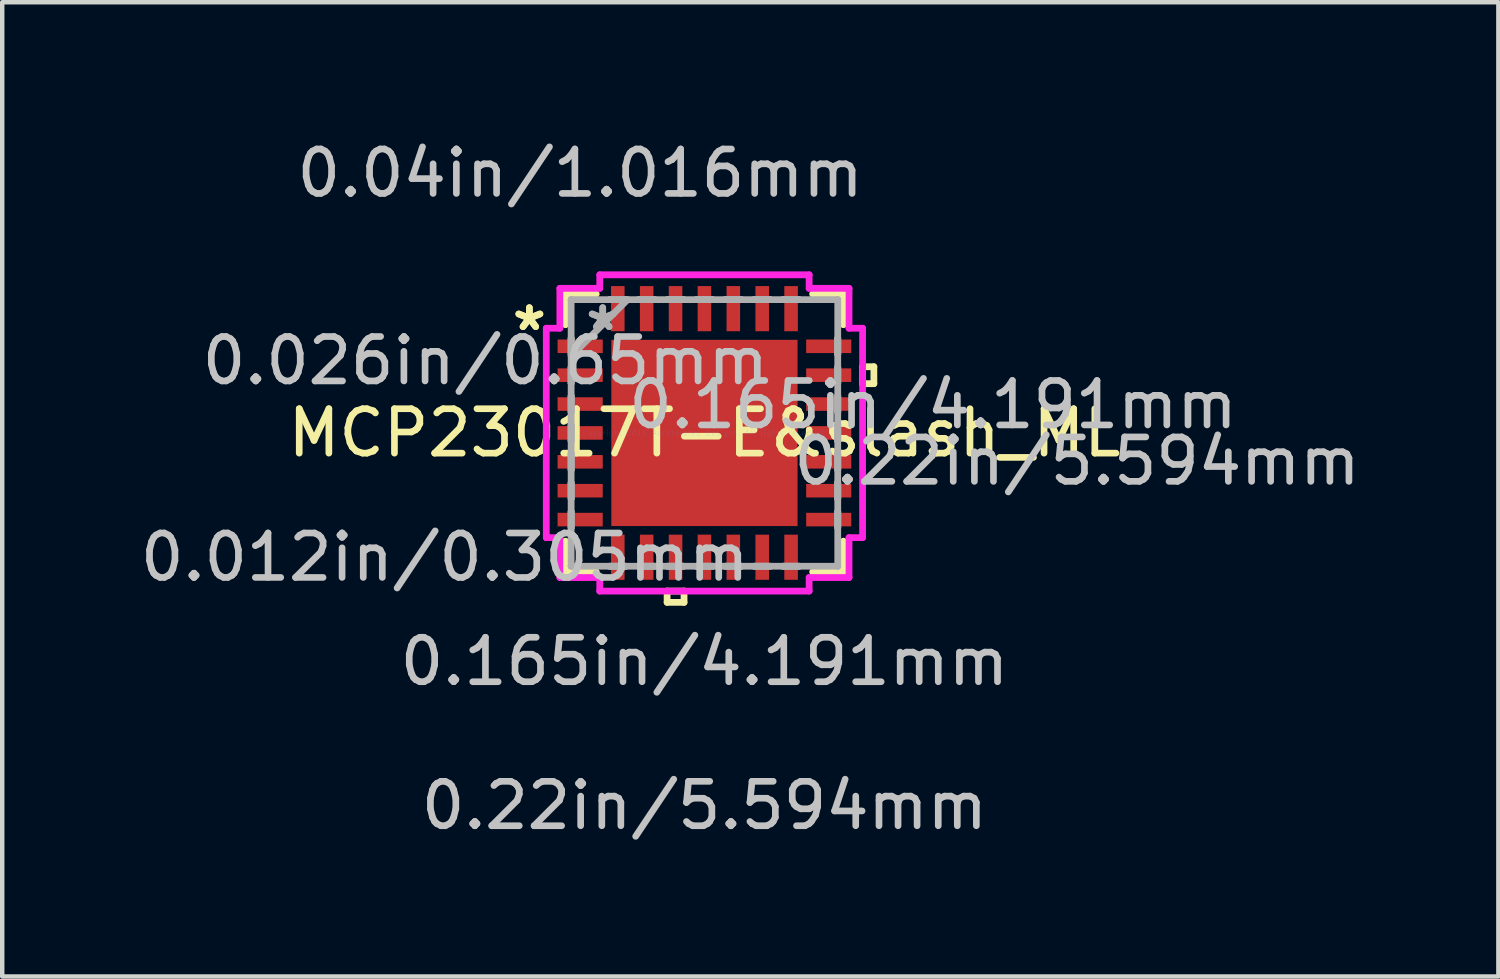
<source format=kicad_pcb>
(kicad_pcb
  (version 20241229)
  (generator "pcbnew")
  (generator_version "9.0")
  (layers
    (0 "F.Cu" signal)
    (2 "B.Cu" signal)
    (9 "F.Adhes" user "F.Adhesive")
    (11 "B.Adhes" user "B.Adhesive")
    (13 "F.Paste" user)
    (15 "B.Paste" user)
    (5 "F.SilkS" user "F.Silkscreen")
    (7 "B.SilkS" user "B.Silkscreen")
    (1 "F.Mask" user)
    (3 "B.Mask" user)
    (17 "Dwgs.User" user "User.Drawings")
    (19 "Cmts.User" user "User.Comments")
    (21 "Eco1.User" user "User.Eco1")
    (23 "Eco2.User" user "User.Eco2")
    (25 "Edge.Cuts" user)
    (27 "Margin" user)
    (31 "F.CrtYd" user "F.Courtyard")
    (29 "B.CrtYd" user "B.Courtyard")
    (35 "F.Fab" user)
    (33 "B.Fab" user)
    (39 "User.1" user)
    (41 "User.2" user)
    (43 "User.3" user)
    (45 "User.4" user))
  (footprint "MCP23017T-E&slash_ML"
    (layer "F.Cu")
    (at 12.803 6.693)
    (property "Reference" "MCP23017T-E&slash_ML" (at 0 0 0) (layer "F.SilkS") (effects (font (size 1 1) (thickness 0.15))))
    (attr through_hole)
    (fp_line (start -3.127 -3.127) (end -3.127 -2.435) (stroke (width 0.152) (type solid)) (layer "F.SilkS"))
    (fp_line (start -3.127 2.435) (end -3.127 3.127) (stroke (width 0.152) (type solid)) (layer "F.SilkS"))
    (fp_line (start -3.127 3.127) (end -2.435 3.127) (stroke (width 0.152) (type solid)) (layer "F.SilkS"))
    (fp_line (start -2.435 -3.127) (end -3.127 -3.127) (stroke (width 0.152) (type solid)) (layer "F.SilkS"))
    (fp_line (start -0.84 3.559) (end -0.84 3.813) (stroke (width 0.152) (type solid)) (layer "F.SilkS"))
    (fp_line (start -0.84 3.813) (end -0.459 3.813) (stroke (width 0.152) (type solid)) (layer "F.SilkS"))
    (fp_line (start -0.459 3.559) (end -0.84 3.559) (stroke (width 0.152) (type solid)) (layer "F.SilkS"))
    (fp_line (start -0.459 3.813) (end -0.459 3.559) (stroke (width 0.152) (type solid)) (layer "F.SilkS"))
    (fp_line (start 2.435 3.127) (end 3.127 3.127) (stroke (width 0.152) (type solid)) (layer "F.SilkS"))
    (fp_line (start 3.127 -3.127) (end 2.435 -3.127) (stroke (width 0.152) (type solid)) (layer "F.SilkS"))
    (fp_line (start 3.127 -2.435) (end 3.127 -3.127) (stroke (width 0.152) (type solid)) (layer "F.SilkS"))
    (fp_line (start 3.127 3.127) (end 3.127 2.435) (stroke (width 0.152) (type solid)) (layer "F.SilkS"))
    (fp_line (start 3.559 -1.49) (end 3.813 -1.49) (stroke (width 0.152) (type solid)) (layer "F.SilkS"))
    (fp_line (start 3.559 -1.109) (end 3.559 -1.49) (stroke (width 0.152) (type solid)) (layer "F.SilkS"))
    (fp_line (start 3.813 -1.49) (end 3.813 -1.109) (stroke (width 0.152) (type solid)) (layer "F.SilkS"))
    (fp_line (start 3.813 -1.109) (end 3.559 -1.109) (stroke (width 0.152) (type solid)) (layer "F.SilkS"))
    (fp_line (start -1.996 -1.996) (end -1.996 -0.798) (stroke (width 0.152) (type solid)) (layer "F.Paste"))
    (fp_line (start -1.996 -0.798) (end -0.798 -0.798) (stroke (width 0.152) (type solid)) (layer "F.Paste"))
    (fp_line (start -1.996 -0.599) (end -1.996 0.599) (stroke (width 0.152) (type solid)) (layer "F.Paste"))
    (fp_line (start -1.996 0.599) (end -0.798 0.599) (stroke (width 0.152) (type solid)) (layer "F.Paste"))
    (fp_line (start -1.996 0.798) (end -1.996 1.996) (stroke (width 0.152) (type solid)) (layer "F.Paste"))
    (fp_line (start -1.996 1.996) (end -0.798 1.996) (stroke (width 0.152) (type solid)) (layer "F.Paste"))
    (fp_line (start -0.798 -1.996) (end -1.996 -1.996) (stroke (width 0.152) (type solid)) (layer "F.Paste"))
    (fp_line (start -0.798 -0.798) (end -0.798 -1.996) (stroke (width 0.152) (type solid)) (layer "F.Paste"))
    (fp_line (start -0.798 -0.599) (end -1.996 -0.599) (stroke (width 0.152) (type solid)) (layer "F.Paste"))
    (fp_line (start -0.798 0.599) (end -0.798 -0.599) (stroke (width 0.152) (type solid)) (layer "F.Paste"))
    (fp_line (start -0.798 0.798) (end -1.996 0.798) (stroke (width 0.152) (type solid)) (layer "F.Paste"))
    (fp_line (start -0.798 1.996) (end -0.798 0.798) (stroke (width 0.152) (type solid)) (layer "F.Paste"))
    (fp_line (start -0.599 -1.996) (end -0.599 -0.798) (stroke (width 0.152) (type solid)) (layer "F.Paste"))
    (fp_line (start -0.599 -0.798) (end 0.599 -0.798) (stroke (width 0.152) (type solid)) (layer "F.Paste"))
    (fp_line (start -0.599 -0.599) (end -0.599 0.599) (stroke (width 0.152) (type solid)) (layer "F.Paste"))
    (fp_line (start -0.599 0.599) (end 0.599 0.599) (stroke (width 0.152) (type solid)) (layer "F.Paste"))
    (fp_line (start -0.599 0.798) (end -0.599 1.996) (stroke (width 0.152) (type solid)) (layer "F.Paste"))
    (fp_line (start -0.599 1.996) (end 0.599 1.996) (stroke (width 0.152) (type solid)) (layer "F.Paste"))
    (fp_line (start 0.599 -1.996) (end -0.599 -1.996) (stroke (width 0.152) (type solid)) (layer "F.Paste"))
    (fp_line (start 0.599 -0.798) (end 0.599 -1.996) (stroke (width 0.152) (type solid)) (layer "F.Paste"))
    (fp_line (start 0.599 -0.599) (end -0.599 -0.599) (stroke (width 0.152) (type solid)) (layer "F.Paste"))
    (fp_line (start 0.599 0.599) (end 0.599 -0.599) (stroke (width 0.152) (type solid)) (layer "F.Paste"))
    (fp_line (start 0.599 0.798) (end -0.599 0.798) (stroke (width 0.152) (type solid)) (layer "F.Paste"))
    (fp_line (start 0.599 1.996) (end 0.599 0.798) (stroke (width 0.152) (type solid)) (layer "F.Paste"))
    (fp_line (start 0.798 -1.996) (end 0.798 -0.798) (stroke (width 0.152) (type solid)) (layer "F.Paste"))
    (fp_line (start 0.798 -0.798) (end 1.996 -0.798) (stroke (width 0.152) (type solid)) (layer "F.Paste"))
    (fp_line (start 0.798 -0.599) (end 0.798 0.599) (stroke (width 0.152) (type solid)) (layer "F.Paste"))
    (fp_line (start 0.798 0.599) (end 1.996 0.599) (stroke (width 0.152) (type solid)) (layer "F.Paste"))
    (fp_line (start 0.798 0.798) (end 0.798 1.996) (stroke (width 0.152) (type solid)) (layer "F.Paste"))
    (fp_line (start 0.798 1.996) (end 1.996 1.996) (stroke (width 0.152) (type solid)) (layer "F.Paste"))
    (fp_line (start 1.996 -1.996) (end 0.798 -1.996) (stroke (width 0.152) (type solid)) (layer "F.Paste"))
    (fp_line (start 1.996 -0.798) (end 1.996 -1.996) (stroke (width 0.152) (type solid)) (layer "F.Paste"))
    (fp_line (start 1.996 -0.599) (end 0.798 -0.599) (stroke (width 0.152) (type solid)) (layer "F.Paste"))
    (fp_line (start 1.996 0.599) (end 1.996 -0.599) (stroke (width 0.152) (type solid)) (layer "F.Paste"))
    (fp_line (start 1.996 0.798) (end 0.798 0.798) (stroke (width 0.152) (type solid)) (layer "F.Paste"))
    (fp_line (start 1.996 1.996) (end 1.996 0.798) (stroke (width 0.152) (type solid)) (layer "F.Paste"))
    (fp_line (start -3.559 -2.356) (end -3.254 -2.356) (stroke (width 0.152) (type solid)) (layer "F.CrtYd"))
    (fp_line (start -3.559 2.356) (end -3.559 -2.356) (stroke (width 0.152) (type solid)) (layer "F.CrtYd"))
    (fp_line (start -3.254 -3.254) (end -2.356 -3.254) (stroke (width 0.152) (type solid)) (layer "F.CrtYd"))
    (fp_line (start -3.254 -2.356) (end -3.254 -3.254) (stroke (width 0.152) (type solid)) (layer "F.CrtYd"))
    (fp_line (start -3.254 2.356) (end -3.559 2.356) (stroke (width 0.152) (type solid)) (layer "F.CrtYd"))
    (fp_line (start -3.254 3.254) (end -3.254 2.356) (stroke (width 0.152) (type solid)) (layer "F.CrtYd"))
    (fp_line (start -2.356 -3.559) (end 2.356 -3.559) (stroke (width 0.152) (type solid)) (layer "F.CrtYd"))
    (fp_line (start -2.356 -3.254) (end -2.356 -3.559) (stroke (width 0.152) (type solid)) (layer "F.CrtYd"))
    (fp_line (start -2.356 3.254) (end -3.254 3.254) (stroke (width 0.152) (type solid)) (layer "F.CrtYd"))
    (fp_line (start -2.356 3.559) (end -2.356 3.254) (stroke (width 0.152) (type solid)) (layer "F.CrtYd"))
    (fp_line (start 2.356 -3.559) (end 2.356 -3.254) (stroke (width 0.152) (type solid)) (layer "F.CrtYd"))
    (fp_line (start 2.356 -3.254) (end 3.254 -3.254) (stroke (width 0.152) (type solid)) (layer "F.CrtYd"))
    (fp_line (start 2.356 3.254) (end 2.356 3.559) (stroke (width 0.152) (type solid)) (layer "F.CrtYd"))
    (fp_line (start 2.356 3.559) (end -2.356 3.559) (stroke (width 0.152) (type solid)) (layer "F.CrtYd"))
    (fp_line (start 3.254 -3.254) (end 3.254 -2.356) (stroke (width 0.152) (type solid)) (layer "F.CrtYd"))
    (fp_line (start 3.254 -2.356) (end 3.559 -2.356) (stroke (width 0.152) (type solid)) (layer "F.CrtYd"))
    (fp_line (start 3.254 2.356) (end 3.254 3.254) (stroke (width 0.152) (type solid)) (layer "F.CrtYd"))
    (fp_line (start 3.254 3.254) (end 2.356 3.254) (stroke (width 0.152) (type solid)) (layer "F.CrtYd"))
    (fp_line (start 3.559 -2.356) (end 3.559 2.356) (stroke (width 0.152) (type solid)) (layer "F.CrtYd"))
    (fp_line (start 3.559 2.356) (end 3.254 2.356) (stroke (width 0.152) (type solid)) (layer "F.CrtYd"))
    (fp_line (start -3 -3) (end -3 -3) (stroke (width 0.152) (type solid)) (layer "F.Fab"))
    (fp_line (start -3 -3) (end -3 3) (stroke (width 0.152) (type solid)) (layer "F.Fab"))
    (fp_line (start -3 -2.128) (end -3 -2.128) (stroke (width 0.152) (type solid)) (layer "F.Fab"))
    (fp_line (start -3 -2.128) (end -3 -1.772) (stroke (width 0.152) (type solid)) (layer "F.Fab"))
    (fp_line (start -3 -1.772) (end -3 -2.128) (stroke (width 0.152) (type solid)) (layer "F.Fab"))
    (fp_line (start -3 -1.772) (end -3 -1.772) (stroke (width 0.152) (type solid)) (layer "F.Fab"))
    (fp_line (start -3 -1.73) (end -1.73 -3) (stroke (width 0.152) (type solid)) (layer "F.Fab"))
    (fp_line (start -3 -1.478) (end -3 -1.478) (stroke (width 0.152) (type solid)) (layer "F.Fab"))
    (fp_line (start -3 -1.478) (end -3 -1.122) (stroke (width 0.152) (type solid)) (layer "F.Fab"))
    (fp_line (start -3 -1.122) (end -3 -1.478) (stroke (width 0.152) (type solid)) (layer "F.Fab"))
    (fp_line (start -3 -1.122) (end -3 -1.122) (stroke (width 0.152) (type solid)) (layer "F.Fab"))
    (fp_line (start -3 -0.828) (end -3 -0.828) (stroke (width 0.152) (type solid)) (layer "F.Fab"))
    (fp_line (start -3 -0.828) (end -3 -0.472) (stroke (width 0.152) (type solid)) (layer "F.Fab"))
    (fp_line (start -3 -0.472) (end -3 -0.828) (stroke (width 0.152) (type solid)) (layer "F.Fab"))
    (fp_line (start -3 -0.472) (end -3 -0.472) (stroke (width 0.152) (type solid)) (layer "F.Fab"))
    (fp_line (start -3 -0.178) (end -3 -0.178) (stroke (width 0.152) (type solid)) (layer "F.Fab"))
    (fp_line (start -3 -0.178) (end -3 0.178) (stroke (width 0.152) (type solid)) (layer "F.Fab"))
    (fp_line (start -3 0.178) (end -3 -0.178) (stroke (width 0.152) (type solid)) (layer "F.Fab"))
    (fp_line (start -3 0.178) (end -3 0.178) (stroke (width 0.152) (type solid)) (layer "F.Fab"))
    (fp_line (start -3 0.472) (end -3 0.472) (stroke (width 0.152) (type solid)) (layer "F.Fab"))
    (fp_line (start -3 0.472) (end -3 0.828) (stroke (width 0.152) (type solid)) (layer "F.Fab"))
    (fp_line (start -3 0.828) (end -3 0.472) (stroke (width 0.152) (type solid)) (layer "F.Fab"))
    (fp_line (start -3 0.828) (end -3 0.828) (stroke (width 0.152) (type solid)) (layer "F.Fab"))
    (fp_line (start -3 1.122) (end -3 1.122) (stroke (width 0.152) (type solid)) (layer "F.Fab"))
    (fp_line (start -3 1.122) (end -3 1.478) (stroke (width 0.152) (type solid)) (layer "F.Fab"))
    (fp_line (start -3 1.478) (end -3 1.122) (stroke (width 0.152) (type solid)) (layer "F.Fab"))
    (fp_line (start -3 1.478) (end -3 1.478) (stroke (width 0.152) (type solid)) (layer "F.Fab"))
    (fp_line (start -3 1.772) (end -3 1.772) (stroke (width 0.152) (type solid)) (layer "F.Fab"))
    (fp_line (start -3 1.772) (end -3 2.128) (stroke (width 0.152) (type solid)) (layer "F.Fab"))
    (fp_line (start -3 2.128) (end -3 1.772) (stroke (width 0.152) (type solid)) (layer "F.Fab"))
    (fp_line (start -3 2.128) (end -3 2.128) (stroke (width 0.152) (type solid)) (layer "F.Fab"))
    (fp_line (start -3 3) (end -3 3) (stroke (width 0.152) (type solid)) (layer "F.Fab"))
    (fp_line (start -3 3) (end 3 3) (stroke (width 0.152) (type solid)) (layer "F.Fab"))
    (fp_line (start -2.128 -3) (end -2.128 -3) (stroke (width 0.152) (type solid)) (layer "F.Fab"))
    (fp_line (start -2.128 -3) (end -1.772 -3) (stroke (width 0.152) (type solid)) (layer "F.Fab"))
    (fp_line (start -2.128 3) (end -2.128 3) (stroke (width 0.152) (type solid)) (layer "F.Fab"))
    (fp_line (start -2.128 3) (end -1.772 3) (stroke (width 0.152) (type solid)) (layer "F.Fab"))
    (fp_line (start -1.772 -3) (end -2.128 -3) (stroke (width 0.152) (type solid)) (layer "F.Fab"))
    (fp_line (start -1.772 -3) (end -1.772 -3) (stroke (width 0.152) (type solid)) (layer "F.Fab"))
    (fp_line (start -1.772 3) (end -2.128 3) (stroke (width 0.152) (type solid)) (layer "F.Fab"))
    (fp_line (start -1.772 3) (end -1.772 3) (stroke (width 0.152) (type solid)) (layer "F.Fab"))
    (fp_line (start -1.478 -3) (end -1.478 -3) (stroke (width 0.152) (type solid)) (layer "F.Fab"))
    (fp_line (start -1.478 -3) (end -1.122 -3) (stroke (width 0.152) (type solid)) (layer "F.Fab"))
    (fp_line (start -1.478 3) (end -1.478 3) (stroke (width 0.152) (type solid)) (layer "F.Fab"))
    (fp_line (start -1.478 3) (end -1.122 3) (stroke (width 0.152) (type solid)) (layer "F.Fab"))
    (fp_line (start -1.122 -3) (end -1.478 -3) (stroke (width 0.152) (type solid)) (layer "F.Fab"))
    (fp_line (start -1.122 -3) (end -1.122 -3) (stroke (width 0.152) (type solid)) (layer "F.Fab"))
    (fp_line (start -1.122 3) (end -1.478 3) (stroke (width 0.152) (type solid)) (layer "F.Fab"))
    (fp_line (start -1.122 3) (end -1.122 3) (stroke (width 0.152) (type solid)) (layer "F.Fab"))
    (fp_line (start -0.828 -3) (end -0.828 -3) (stroke (width 0.152) (type solid)) (layer "F.Fab"))
    (fp_line (start -0.828 -3) (end -0.472 -3) (stroke (width 0.152) (type solid)) (layer "F.Fab"))
    (fp_line (start -0.828 3) (end -0.828 3) (stroke (width 0.152) (type solid)) (layer "F.Fab"))
    (fp_line (start -0.828 3) (end -0.472 3) (stroke (width 0.152) (type solid)) (layer "F.Fab"))
    (fp_line (start -0.472 -3) (end -0.828 -3) (stroke (width 0.152) (type solid)) (layer "F.Fab"))
    (fp_line (start -0.472 -3) (end -0.472 -3) (stroke (width 0.152) (type solid)) (layer "F.Fab"))
    (fp_line (start -0.472 3) (end -0.828 3) (stroke (width 0.152) (type solid)) (layer "F.Fab"))
    (fp_line (start -0.472 3) (end -0.472 3) (stroke (width 0.152) (type solid)) (layer "F.Fab"))
    (fp_line (start -0.178 -3) (end -0.178 -3) (stroke (width 0.152) (type solid)) (layer "F.Fab"))
    (fp_line (start -0.178 -3) (end 0.178 -3) (stroke (width 0.152) (type solid)) (layer "F.Fab"))
    (fp_line (start -0.178 3) (end -0.178 3) (stroke (width 0.152) (type solid)) (layer "F.Fab"))
    (fp_line (start -0.178 3) (end 0.178 3) (stroke (width 0.152) (type solid)) (layer "F.Fab"))
    (fp_line (start 0.178 -3) (end -0.178 -3) (stroke (width 0.152) (type solid)) (layer "F.Fab"))
    (fp_line (start 0.178 -3) (end 0.178 -3) (stroke (width 0.152) (type solid)) (layer "F.Fab"))
    (fp_line (start 0.178 3) (end -0.178 3) (stroke (width 0.152) (type solid)) (layer "F.Fab"))
    (fp_line (start 0.178 3) (end 0.178 3) (stroke (width 0.152) (type solid)) (layer "F.Fab"))
    (fp_line (start 0.472 -3) (end 0.472 -3) (stroke (width 0.152) (type solid)) (layer "F.Fab"))
    (fp_line (start 0.472 -3) (end 0.828 -3) (stroke (width 0.152) (type solid)) (layer "F.Fab"))
    (fp_line (start 0.472 3) (end 0.472 3) (stroke (width 0.152) (type solid)) (layer "F.Fab"))
    (fp_line (start 0.472 3) (end 0.828 3) (stroke (width 0.152) (type solid)) (layer "F.Fab"))
    (fp_line (start 0.828 -3) (end 0.472 -3) (stroke (width 0.152) (type solid)) (layer "F.Fab"))
    (fp_line (start 0.828 -3) (end 0.828 -3) (stroke (width 0.152) (type solid)) (layer "F.Fab"))
    (fp_line (start 0.828 3) (end 0.472 3) (stroke (width 0.152) (type solid)) (layer "F.Fab"))
    (fp_line (start 0.828 3) (end 0.828 3) (stroke (width 0.152) (type solid)) (layer "F.Fab"))
    (fp_line (start 1.122 -3) (end 1.122 -3) (stroke (width 0.152) (type solid)) (layer "F.Fab"))
    (fp_line (start 1.122 -3) (end 1.478 -3) (stroke (width 0.152) (type solid)) (layer "F.Fab"))
    (fp_line (start 1.122 3) (end 1.122 3) (stroke (width 0.152) (type solid)) (layer "F.Fab"))
    (fp_line (start 1.122 3) (end 1.478 3) (stroke (width 0.152) (type solid)) (layer "F.Fab"))
    (fp_line (start 1.478 -3) (end 1.122 -3) (stroke (width 0.152) (type solid)) (layer "F.Fab"))
    (fp_line (start 1.478 -3) (end 1.478 -3) (stroke (width 0.152) (type solid)) (layer "F.Fab"))
    (fp_line (start 1.478 3) (end 1.122 3) (stroke (width 0.152) (type solid)) (layer "F.Fab"))
    (fp_line (start 1.478 3) (end 1.478 3) (stroke (width 0.152) (type solid)) (layer "F.Fab"))
    (fp_line (start 1.772 -3) (end 1.772 -3) (stroke (width 0.152) (type solid)) (layer "F.Fab"))
    (fp_line (start 1.772 -3) (end 2.128 -3) (stroke (width 0.152) (type solid)) (layer "F.Fab"))
    (fp_line (start 1.772 3) (end 1.772 3) (stroke (width 0.152) (type solid)) (layer "F.Fab"))
    (fp_line (start 1.772 3) (end 2.128 3) (stroke (width 0.152) (type solid)) (layer "F.Fab"))
    (fp_line (start 2.128 -3) (end 1.772 -3) (stroke (width 0.152) (type solid)) (layer "F.Fab"))
    (fp_line (start 2.128 -3) (end 2.128 -3) (stroke (width 0.152) (type solid)) (layer "F.Fab"))
    (fp_line (start 2.128 3) (end 1.772 3) (stroke (width 0.152) (type solid)) (layer "F.Fab"))
    (fp_line (start 2.128 3) (end 2.128 3) (stroke (width 0.152) (type solid)) (layer "F.Fab"))
    (fp_line (start 3 -3) (end -3 -3) (stroke (width 0.152) (type solid)) (layer "F.Fab"))
    (fp_line (start 3 -3) (end 3 -3) (stroke (width 0.152) (type solid)) (layer "F.Fab"))
    (fp_line (start 3 -2.128) (end 3 -2.128) (stroke (width 0.152) (type solid)) (layer "F.Fab"))
    (fp_line (start 3 -2.128) (end 3 -1.772) (stroke (width 0.152) (type solid)) (layer "F.Fab"))
    (fp_line (start 3 -1.772) (end 3 -2.128) (stroke (width 0.152) (type solid)) (layer "F.Fab"))
    (fp_line (start 3 -1.772) (end 3 -1.772) (stroke (width 0.152) (type solid)) (layer "F.Fab"))
    (fp_line (start 3 -1.478) (end 3 -1.478) (stroke (width 0.152) (type solid)) (layer "F.Fab"))
    (fp_line (start 3 -1.478) (end 3 -1.122) (stroke (width 0.152) (type solid)) (layer "F.Fab"))
    (fp_line (start 3 -1.122) (end 3 -1.478) (stroke (width 0.152) (type solid)) (layer "F.Fab"))
    (fp_line (start 3 -1.122) (end 3 -1.122) (stroke (width 0.152) (type solid)) (layer "F.Fab"))
    (fp_line (start 3 -0.828) (end 3 -0.828) (stroke (width 0.152) (type solid)) (layer "F.Fab"))
    (fp_line (start 3 -0.828) (end 3 -0.472) (stroke (width 0.152) (type solid)) (layer "F.Fab"))
    (fp_line (start 3 -0.472) (end 3 -0.828) (stroke (width 0.152) (type solid)) (layer "F.Fab"))
    (fp_line (start 3 -0.472) (end 3 -0.472) (stroke (width 0.152) (type solid)) (layer "F.Fab"))
    (fp_line (start 3 -0.178) (end 3 -0.178) (stroke (width 0.152) (type solid)) (layer "F.Fab"))
    (fp_line (start 3 -0.178) (end 3 0.178) (stroke (width 0.152) (type solid)) (layer "F.Fab"))
    (fp_line (start 3 0.178) (end 3 -0.178) (stroke (width 0.152) (type solid)) (layer "F.Fab"))
    (fp_line (start 3 0.178) (end 3 0.178) (stroke (width 0.152) (type solid)) (layer "F.Fab"))
    (fp_line (start 3 0.472) (end 3 0.472) (stroke (width 0.152) (type solid)) (layer "F.Fab"))
    (fp_line (start 3 0.472) (end 3 0.828) (stroke (width 0.152) (type solid)) (layer "F.Fab"))
    (fp_line (start 3 0.828) (end 3 0.472) (stroke (width 0.152) (type solid)) (layer "F.Fab"))
    (fp_line (start 3 0.828) (end 3 0.828) (stroke (width 0.152) (type solid)) (layer "F.Fab"))
    (fp_line (start 3 1.122) (end 3 1.122) (stroke (width 0.152) (type solid)) (layer "F.Fab"))
    (fp_line (start 3 1.122) (end 3 1.478) (stroke (width 0.152) (type solid)) (layer "F.Fab"))
    (fp_line (start 3 1.478) (end 3 1.122) (stroke (width 0.152) (type solid)) (layer "F.Fab"))
    (fp_line (start 3 1.478) (end 3 1.478) (stroke (width 0.152) (type solid)) (layer "F.Fab"))
    (fp_line (start 3 1.772) (end 3 1.772) (stroke (width 0.152) (type solid)) (layer "F.Fab"))
    (fp_line (start 3 1.772) (end 3 2.128) (stroke (width 0.152) (type solid)) (layer "F.Fab"))
    (fp_line (start 3 2.128) (end 3 1.772) (stroke (width 0.152) (type solid)) (layer "F.Fab"))
    (fp_line (start 3 2.128) (end 3 2.128) (stroke (width 0.152) (type solid)) (layer "F.Fab"))
    (fp_line (start 3 3) (end 3 -3) (stroke (width 0.152) (type solid)) (layer "F.Fab"))
    (fp_line (start 3 3) (end 3 3) (stroke (width 0.152) (type solid)) (layer "F.Fab"))
    (fp_text user "*" (at -3.94 -2.275 0) (layer "F.SilkS") (effects (font (size 1 1) (thickness 0.15))))
    (fp_text user "*" (at -3.94 -2.275 0) (layer "F.SilkS") (effects (font (size 1 1) (thickness 0.15))))
    (fp_text user "0.04in/1.016mm" (at -2.797 -5.845 0) (layer "Dwgs.User") (effects (font (size 1 1) (thickness 0.15))))
    (fp_text user "0.22in/5.594mm" (at 0 8.385 0) (layer "Dwgs.User") (effects (font (size 1 1) (thickness 0.15))))
    (fp_text user "0.165in/4.191mm" (at 5.144 -0.635 0) (layer "Dwgs.User") (effects (font (size 1 1) (thickness 0.15))))
    (fp_text user "0.012in/0.305mm" (at -5.845 2.797 0) (layer "Dwgs.User") (effects (font (size 1 1) (thickness 0.15))))
    (fp_text user "0.026in/0.65mm" (at -4.93 -1.625 0) (layer "Dwgs.User") (effects (font (size 1 1) (thickness 0.15))))
    (fp_text user "0.22in/5.594mm" (at 8.385 0.635 0) (layer "Dwgs.User") (effects (font (size 1 1) (thickness 0.15))))
    (fp_text user "0.165in/4.191mm" (at 0 5.144 0) (layer "Dwgs.User") (effects (font (size 1 1) (thickness 0.15))))
    (fp_text user "Copyright 2016 Accelerated Designs. All rights reserved." (at 0 0 0) (layer "Cmts.User") (effects (font (size 0.127 0.127) (thickness 0.002))))
    (fp_text user "*" (at -2.289 -2.275 0) (layer "F.Fab") (effects (font (size 1 1) (thickness 0.15))))
    (fp_text user "*" (at -2.289 -2.275 0) (layer "F.Fab") (effects (font (size 1 1) (thickness 0.15))))
    (pad "1" smd rect (at -2.797 -1.95 90) (size 0.305 1.016) (layers "F.Cu" "F.Mask" "F.Paste"))
    (pad "2" smd rect (at -2.797 -1.3 90) (size 0.305 1.016) (layers "F.Cu" "F.Mask" "F.Paste"))
    (pad "3" smd rect (at -2.797 -0.65 90) (size 0.305 1.016) (layers "F.Cu" "F.Mask" "F.Paste"))
    (pad "4" smd rect (at -2.797 0 90) (size 0.305 1.016) (layers "F.Cu" "F.Mask" "F.Paste"))
    (pad "5" smd rect (at -2.797 0.65 90) (size 0.305 1.016) (layers "F.Cu" "F.Mask" "F.Paste"))
    (pad "6" smd rect (at -2.797 1.3 90) (size 0.305 1.016) (layers "F.Cu" "F.Mask" "F.Paste"))
    (pad "7" smd rect (at -2.797 1.95 90) (size 0.305 1.016) (layers "F.Cu" "F.Mask" "F.Paste"))
    (pad "8" smd rect (at -1.95 2.797) (size 0.305 1.016) (layers "F.Cu" "F.Mask" "F.Paste"))
    (pad "9" smd rect (at -1.3 2.797) (size 0.305 1.016) (layers "F.Cu" "F.Mask" "F.Paste"))
    (pad "10" smd rect (at -0.65 2.797) (size 0.305 1.016) (layers "F.Cu" "F.Mask" "F.Paste"))
    (pad "11" smd rect (at 0 2.797) (size 0.305 1.016) (layers "F.Cu" "F.Mask" "F.Paste"))
    (pad "12" smd rect (at 0.65 2.797) (size 0.305 1.016) (layers "F.Cu" "F.Mask" "F.Paste"))
    (pad "13" smd rect (at 1.3 2.797) (size 0.305 1.016) (layers "F.Cu" "F.Mask" "F.Paste"))
    (pad "14" smd rect (at 1.95 2.797) (size 0.305 1.016) (layers "F.Cu" "F.Mask" "F.Paste"))
    (pad "15" smd rect (at 2.797 1.95 90) (size 0.305 1.016) (layers "F.Cu" "F.Mask" "F.Paste"))
    (pad "16" smd rect (at 2.797 1.3 90) (size 0.305 1.016) (layers "F.Cu" "F.Mask" "F.Paste"))
    (pad "17" smd rect (at 2.797 0.65 90) (size 0.305 1.016) (layers "F.Cu" "F.Mask" "F.Paste"))
    (pad "18" smd rect (at 2.797 0 90) (size 0.305 1.016) (layers "F.Cu" "F.Mask" "F.Paste"))
    (pad "19" smd rect (at 2.797 -0.65 90) (size 0.305 1.016) (layers "F.Cu" "F.Mask" "F.Paste"))
    (pad "20" smd rect (at 2.797 -1.3 90) (size 0.305 1.016) (layers "F.Cu" "F.Mask" "F.Paste"))
    (pad "21" smd rect (at 2.797 -1.95 90) (size 0.305 1.016) (layers "F.Cu" "F.Mask" "F.Paste"))
    (pad "22" smd rect (at 1.95 -2.797) (size 0.305 1.016) (layers "F.Cu" "F.Mask" "F.Paste"))
    (pad "23" smd rect (at 1.3 -2.797) (size 0.305 1.016) (layers "F.Cu" "F.Mask" "F.Paste"))
    (pad "24" smd rect (at 0.65 -2.797) (size 0.305 1.016) (layers "F.Cu" "F.Mask" "F.Paste"))
    (pad "25" smd rect (at 0 -2.797) (size 0.305 1.016) (layers "F.Cu" "F.Mask" "F.Paste"))
    (pad "26" smd rect (at -0.65 -2.797) (size 0.305 1.016) (layers "F.Cu" "F.Mask" "F.Paste"))
    (pad "27" smd rect (at -1.3 -2.797) (size 0.305 1.016) (layers "F.Cu" "F.Mask" "F.Paste"))
    (pad "28" smd rect (at -1.95 -2.797) (size 0.305 1.016) (layers "F.Cu" "F.Mask" "F.Paste"))
    (pad "29" smd rect (at 0 0) (size 4.191 4.191) (layers "F.Cu" "F.Mask" "F.Paste")))
  (gr_rect
    (start -3 -3)
    (end 30.67 18.926)
    (stroke (width 0.1) (type default))
    (fill no)
    (layer "Edge.Cuts")))
</source>
